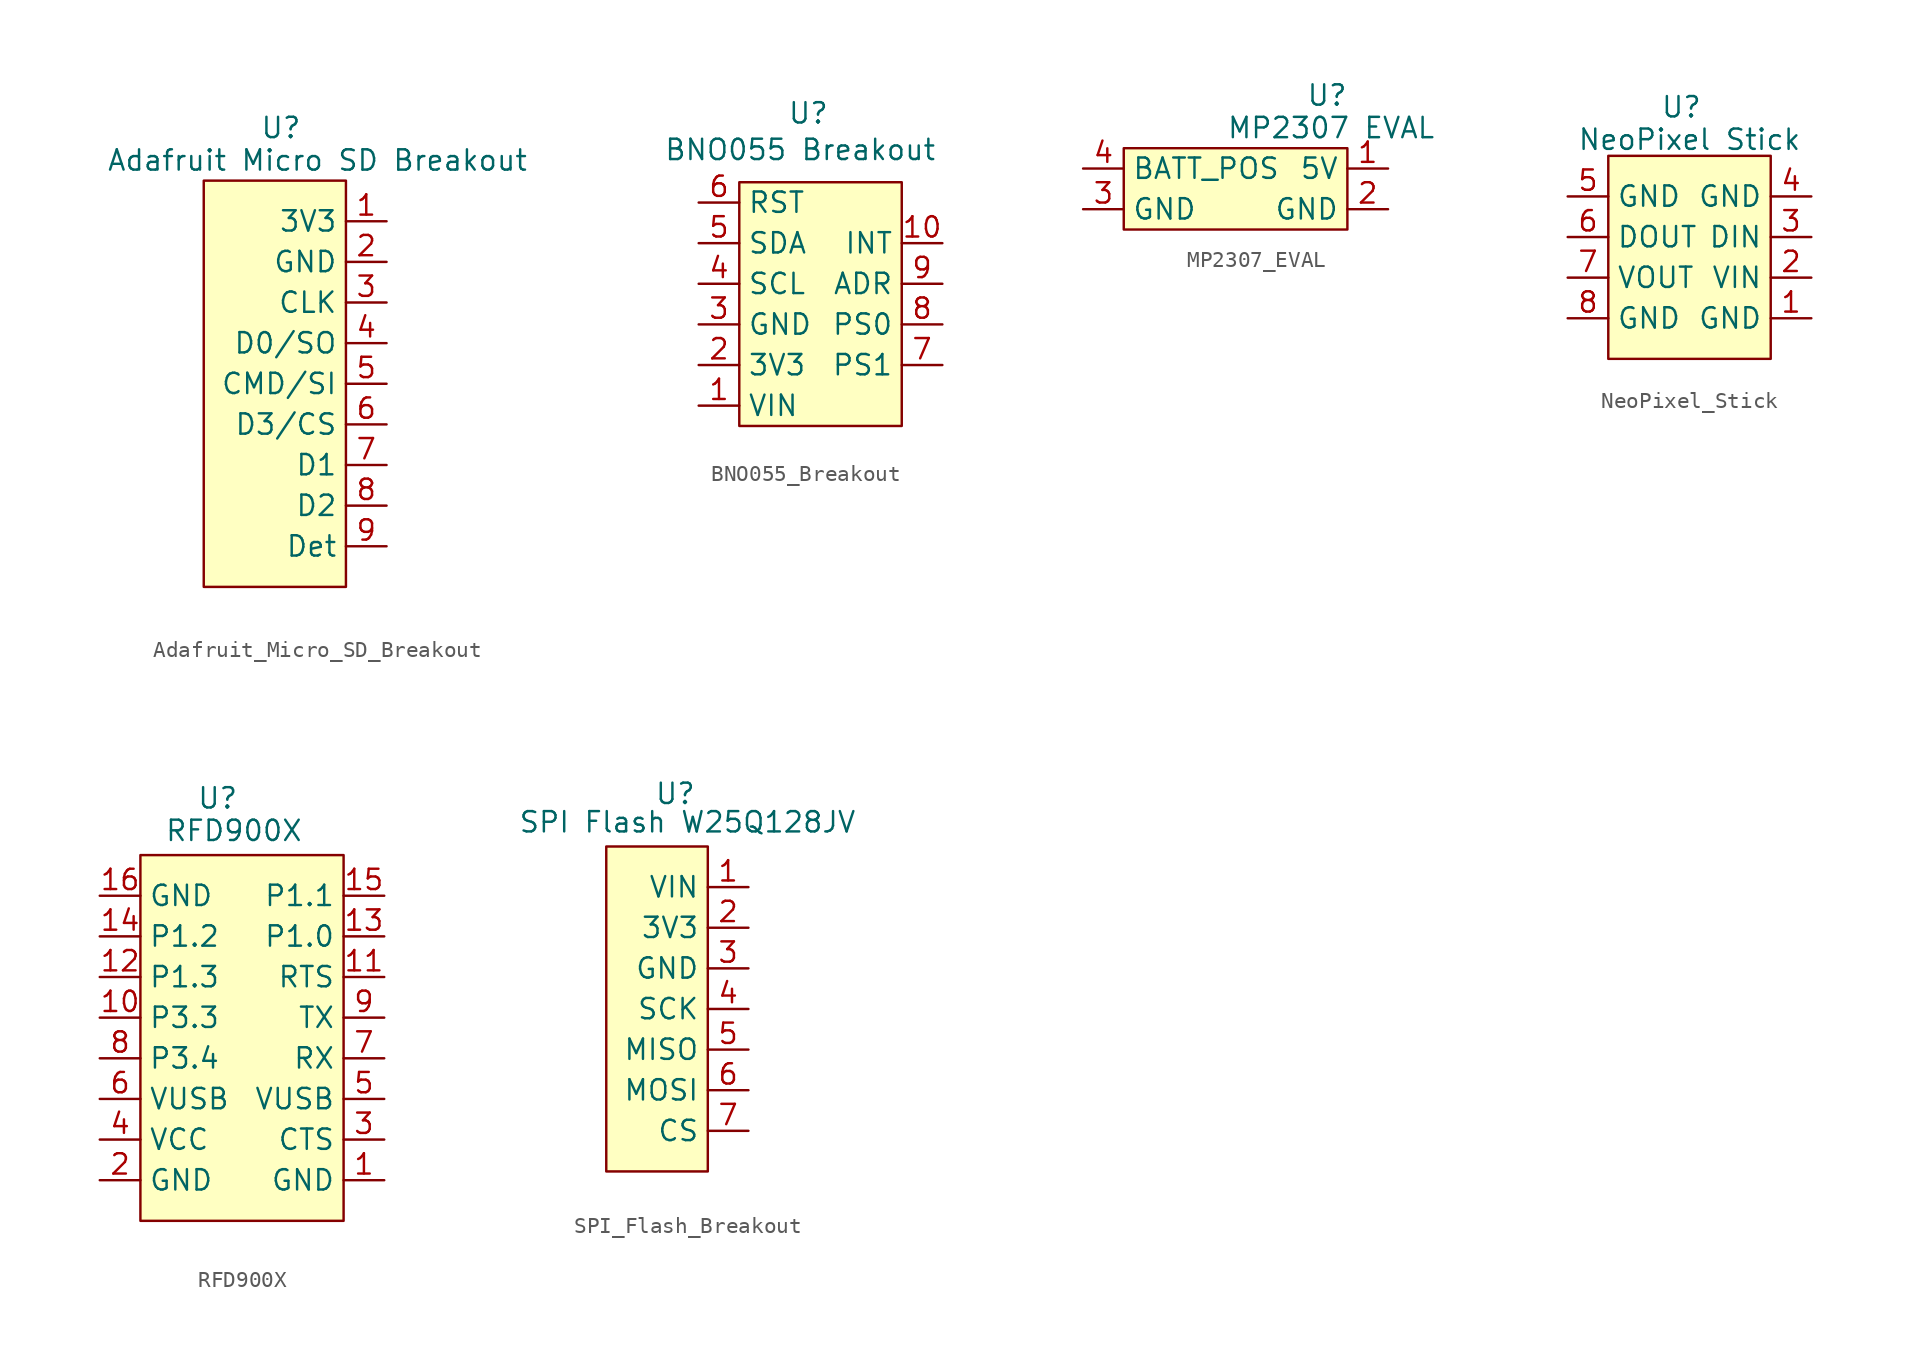
<source format=kicad_sym>
(kicad_symbol_lib
  (version 20241209)
  (generator "kicad_symbol_editor")
  (generator_version "9.0")
  (symbol "Adafruit_Micro_SD_Breakout"
    (property "Reference" "U"
      (at -6.604 16.002 0)
      (effects (font (size 1.27 1.27))))
    (property "Value" "Adafruit Micro SD Breakout"
      (at -4.318 13.97 0)
      (effects (font (size 1.27 1.27))))
    (symbol "Adafruit_Micro_SD_Breakout_0_0"
      (pin power_in line (at 0 10.16 180) (length 2.54) (name "3V3" (effects (font (size 1.27 1.27)))) (number "1" (effects (font (size 1.27 1.27)))))
      (pin power_in line (at 0 7.62 180) (length 2.54) (name "GND" (effects (font (size 1.27 1.27)))) (number "2" (effects (font (size 1.27 1.27)))))
      (pin input line (at 0 5.08 180) (length 2.54) (name "CLK" (effects (font (size 1.27 1.27)))) (number "3" (effects (font (size 1.27 1.27)))))
      (pin bidirectional line (at 0 2.54 180) (length 2.54) (name "D0/SO" (effects (font (size 1.27 1.27)))) (number "4" (effects (font (size 1.27 1.27)))))
      (pin bidirectional line (at 0 0 180) (length 2.54) (name "CMD/SI" (effects (font (size 1.27 1.27)))) (number "5" (effects (font (size 1.27 1.27)))))
      (pin bidirectional line (at 0 -2.54 180) (length 2.54) (name "D3/CS" (effects (font (size 1.27 1.27)))) (number "6" (effects (font (size 1.27 1.27)))))
      (pin bidirectional line (at 0 -5.08 180) (length 2.54) (name "D1" (effects (font (size 1.27 1.27)))) (number "7" (effects (font (size 1.27 1.27)))))
      (pin bidirectional line (at 0 -7.62 180) (length 2.54) (name "D2" (effects (font (size 1.27 1.27)))) (number "8" (effects (font (size 1.27 1.27)))))
      (pin output line (at 0 -10.16 180) (length 2.54) (name "Det" (effects (font (size 1.27 1.27)))) (number "9" (effects (font (size 1.27 1.27))))))
    (symbol "Adafruit_Micro_SD_Breakout_1_1"
      (rectangle (start -11.43 12.7) (end -2.54 -12.7) (stroke (width 0) (type solid)) (fill (type background)))))
  (symbol "BNO055_Breakout"
    (property "Reference" "U"
      (at -0.762 6.858 0)
      (effects (font (size 1.27 1.27))))
    (property "Value" "BNO055 Breakout"
      (at -1.27 4.572 0)
      (effects (font (size 1.27 1.27))))
    (symbol "BNO055_Breakout_0_0"
      (pin input line (at -7.62 1.27 0) (length 2.54) (name "RST" (effects (font (size 1.27 1.27)))) (number "6" (effects (font (size 1.27 1.27)))))
      (pin bidirectional line (at -7.62 -1.27 0) (length 2.54) (name "SDA" (effects (font (size 1.27 1.27)))) (number "5" (effects (font (size 1.27 1.27)))))
      (pin input line (at -7.62 -3.81 0) (length 2.54) (name "SCL" (effects (font (size 1.27 1.27)))) (number "4" (effects (font (size 1.27 1.27)))))
      (pin power_in line (at -7.62 -6.35 0) (length 2.54) (name "GND" (effects (font (size 1.27 1.27)))) (number "3" (effects (font (size 1.27 1.27)))))
      (pin power_in line (at -7.62 -8.89 0) (length 2.54) (name "3V3" (effects (font (size 1.27 1.27)))) (number "2" (effects (font (size 1.27 1.27)))))
      (pin power_in line (at -7.62 -11.43 0) (length 2.54) (name "VIN" (effects (font (size 1.27 1.27)))) (number "1" (effects (font (size 1.27 1.27)))))
      (pin output line (at 7.62 -1.27 180) (length 2.54) (name "INT" (effects (font (size 1.27 1.27)))) (number "10" (effects (font (size 1.27 1.27)))))
      (pin input line (at 7.62 -3.81 180) (length 2.54) (name "ADR" (effects (font (size 1.27 1.27)))) (number "9" (effects (font (size 1.27 1.27)))))
      (pin input line (at 7.62 -6.35 180) (length 2.54) (name "PS0" (effects (font (size 1.27 1.27)))) (number "8" (effects (font (size 1.27 1.27)))))
      (pin input line (at 7.62 -8.89 180) (length 2.54) (name "PS1" (effects (font (size 1.27 1.27)))) (number "7" (effects (font (size 1.27 1.27))))))
    (symbol "BNO055_Breakout_1_1"
      (rectangle (start -5.08 2.54) (end 5.08 -12.7) (stroke (width 0) (type solid)) (fill (type background)))))
  (symbol "MP2307_EVAL"
    (property "Reference" "U"
      (at -1.27 2.032 0)
      (effects (font (size 1.27 1.27))))
    (property "Value" "MP2307 EVAL"
      (at -1.016 0 0)
      (effects (font (size 1.27 1.27))))
    (symbol "MP2307_EVAL_0_0"
      (pin power_in line (at -16.51 -2.54 0) (length 2.54) (name "BATT_POS" (effects (font (size 1.27 1.27)))) (number "4" (effects (font (size 1.27 1.27)))))
      (pin power_in line (at -16.51 -5.08 0) (length 2.54) (name "GND" (effects (font (size 1.27 1.27)))) (number "3" (effects (font (size 1.27 1.27)))))
      (pin power_out line (at 2.54 -2.54 180) (length 2.54) (name "5V" (effects (font (size 1.27 1.27)))) (number "1" (effects (font (size 1.27 1.27)))))
      (pin power_out line (at 2.54 -5.08 180) (length 2.54) (name "GND" (effects (font (size 1.27 1.27)))) (number "2" (effects (font (size 1.27 1.27))))))
    (symbol "MP2307_EVAL_1_1"
      (rectangle (start -13.97 -1.27) (end 0 -6.35) (stroke (width 0) (type solid)) (fill (type background)))))
  (symbol "NeoPixel_Stick"
    (property "Reference" "U"
      (at -0.508 15.748 0)
      (effects (font (size 1.27 1.27))))
    (property "Value" "NeoPixel Stick"
      (at 0 13.716 0)
      (effects (font (size 1.27 1.27))))
    (symbol "NeoPixel_Stick_0_0"
      (pin power_in line (at 7.62 10.16 180) (length 2.54) (name "GND" (effects (font (size 1.27 1.27)))) (number "4" (effects (font (size 1.27 1.27)))))
      (pin input line (at 7.62 7.62 180) (length 2.54) (name "DIN" (effects (font (size 1.27 1.27)))) (number "3" (effects (font (size 1.27 1.27)))))
      (pin power_in line (at 7.62 5.08 180) (length 2.54) (name "VIN" (effects (font (size 1.27 1.27)))) (number "2" (effects (font (size 1.27 1.27)))))
      (pin power_in line (at 7.62 2.54 180) (length 2.54) (name "GND" (effects (font (size 1.27 1.27)))) (number "1" (effects (font (size 1.27 1.27))))))
    (symbol "NeoPixel_Stick_1_0"
      (pin power_in line (at -7.62 10.16 0) (length 2.54) (name "GND" (effects (font (size 1.27 1.27)))) (number "5" (effects (font (size 1.27 1.27)))))
      (pin output line (at -7.62 7.62 0) (length 2.54) (name "DOUT" (effects (font (size 1.27 1.27)))) (number "6" (effects (font (size 1.27 1.27)))))
      (pin power_out line (at -7.62 5.08 0) (length 2.54) (name "VOUT" (effects (font (size 1.27 1.27)))) (number "7" (effects (font (size 1.27 1.27)))))
      (pin power_in line (at -7.62 2.54 0) (length 2.54) (name "GND" (effects (font (size 1.27 1.27)))) (number "8" (effects (font (size 1.27 1.27))))))
    (symbol "NeoPixel_Stick_1_1"
      (rectangle (start -5.08 12.7) (end 5.08 0) (stroke (width 0) (type solid)) (fill (type background)))))
  (symbol "RFD900X"
    (property "Reference" "U"
      (at -2.794 13.716 0)
      (effects (font (size 1.27 1.27))))
    (property "Value" "RFD900X"
      (at -1.778 11.684 0)
      (effects (font (size 1.27 1.27))))
    (symbol "RFD900X_0_0"
      (pin power_in line (at -10.16 7.62 0) (length 2.54) (name "GND" (effects (font (size 1.27 1.27)))) (number "16" (effects (font (size 1.27 1.27)))))
      (pin bidirectional line (at -10.16 5.08 0) (length 2.54) (name "P1.2" (effects (font (size 1.27 1.27)))) (number "14" (effects (font (size 1.27 1.27)))))
      (pin bidirectional line (at -10.16 2.54 0) (length 2.54) (name "P1.3" (effects (font (size 1.27 1.27)))) (number "12" (effects (font (size 1.27 1.27)))))
      (pin bidirectional line (at -10.16 0 0) (length 2.54) (name "P3.3" (effects (font (size 1.27 1.27)))) (number "10" (effects (font (size 1.27 1.27)))))
      (pin bidirectional line (at -10.16 -2.54 0) (length 2.54) (name "P3.4" (effects (font (size 1.27 1.27)))) (number "8" (effects (font (size 1.27 1.27)))))
      (pin input line (at -10.16 -5.08 0) (length 2.54) (name "VUSB" (effects (font (size 1.27 1.27)))) (number "6" (effects (font (size 1.27 1.27)))))
      (pin power_in line (at -10.16 -7.62 0) (length 2.54) (name "VCC" (effects (font (size 1.27 1.27)))) (number "4" (effects (font (size 1.27 1.27)))))
      (pin power_in line (at -10.16 -10.16 0) (length 2.54) (name "GND" (effects (font (size 1.27 1.27)))) (number "2" (effects (font (size 1.27 1.27)))))
      (pin bidirectional line (at 7.62 7.62 180) (length 2.54) (name "P1.1" (effects (font (size 1.27 1.27)))) (number "15" (effects (font (size 1.27 1.27)))))
      (pin bidirectional line (at 7.62 5.08 180) (length 2.54) (name "P1.0" (effects (font (size 1.27 1.27)))) (number "13" (effects (font (size 1.27 1.27)))))
      (pin output line (at 7.62 2.54 180) (length 2.54) (name "RTS" (effects (font (size 1.27 1.27)))) (number "11" (effects (font (size 1.27 1.27)))))
      (pin input line (at 7.62 0 180) (length 2.54) (name "TX" (effects (font (size 1.27 1.27)))) (number "9" (effects (font (size 1.27 1.27)))))
      (pin output line (at 7.62 -2.54 180) (length 2.54) (name "RX" (effects (font (size 1.27 1.27)))) (number "7" (effects (font (size 1.27 1.27)))))
      (pin input line (at 7.62 -5.08 180) (length 2.54) (name "VUSB" (effects (font (size 1.27 1.27)))) (number "5" (effects (font (size 1.27 1.27)))))
      (pin input line (at 7.62 -7.62 180) (length 2.54) (name "CTS" (effects (font (size 1.27 1.27)))) (number "3" (effects (font (size 1.27 1.27)))))
      (pin power_in line (at 7.62 -10.16 180) (length 2.54) (name "GND" (effects (font (size 1.27 1.27)))) (number "1" (effects (font (size 1.27 1.27))))))
    (symbol "RFD900X_1_1"
      (rectangle (start -7.62 10.16) (end 5.08 -12.7) (stroke (width 0) (type solid)) (fill (type background)))))
  (symbol "SPI_Flash_Breakout"
    (property "Reference" "U"
      (at -4.572 2.032 0)
      (effects (font (size 1.27 1.27))))
    (property "Value" "SPI Flash W25Q128JV"
      (at -3.81 0.254 0)
      (effects (font (size 1.27 1.27))))
    (symbol "SPI_Flash_Breakout_0_0"
      (pin power_in line (at 0 -3.81 180) (length 2.54) (name "VIN" (effects (font (size 1.27 1.27)))) (number "1" (effects (font (size 1.27 1.27)))))
      (pin power_in line (at 0 -6.35 180) (length 2.54) (name "3V3" (effects (font (size 1.27 1.27)))) (number "2" (effects (font (size 1.27 1.27)))))
      (pin power_in line (at 0 -8.89 180) (length 2.54) (name "GND" (effects (font (size 1.27 1.27)))) (number "3" (effects (font (size 1.27 1.27)))))
      (pin input line (at 0 -11.43 180) (length 2.54) (name "SCK" (effects (font (size 1.27 1.27)))) (number "4" (effects (font (size 1.27 1.27)))))
      (pin output line (at 0 -13.97 180) (length 2.54) (name "MISO" (effects (font (size 1.27 1.27)))) (number "5" (effects (font (size 1.27 1.27)))))
      (pin input line (at 0 -16.51 180) (length 2.54) (name "MOSI" (effects (font (size 1.27 1.27)))) (number "6" (effects (font (size 1.27 1.27)))))
      (pin input line (at 0 -19.05 180) (length 2.54) (name "CS" (effects (font (size 1.27 1.27)))) (number "7" (effects (font (size 1.27 1.27))))))
    (symbol "SPI_Flash_Breakout_1_1"
      (rectangle (start -8.89 -1.27) (end -2.54 -21.59) (stroke (width 0) (type solid)) (fill (type background))))))
</source>
